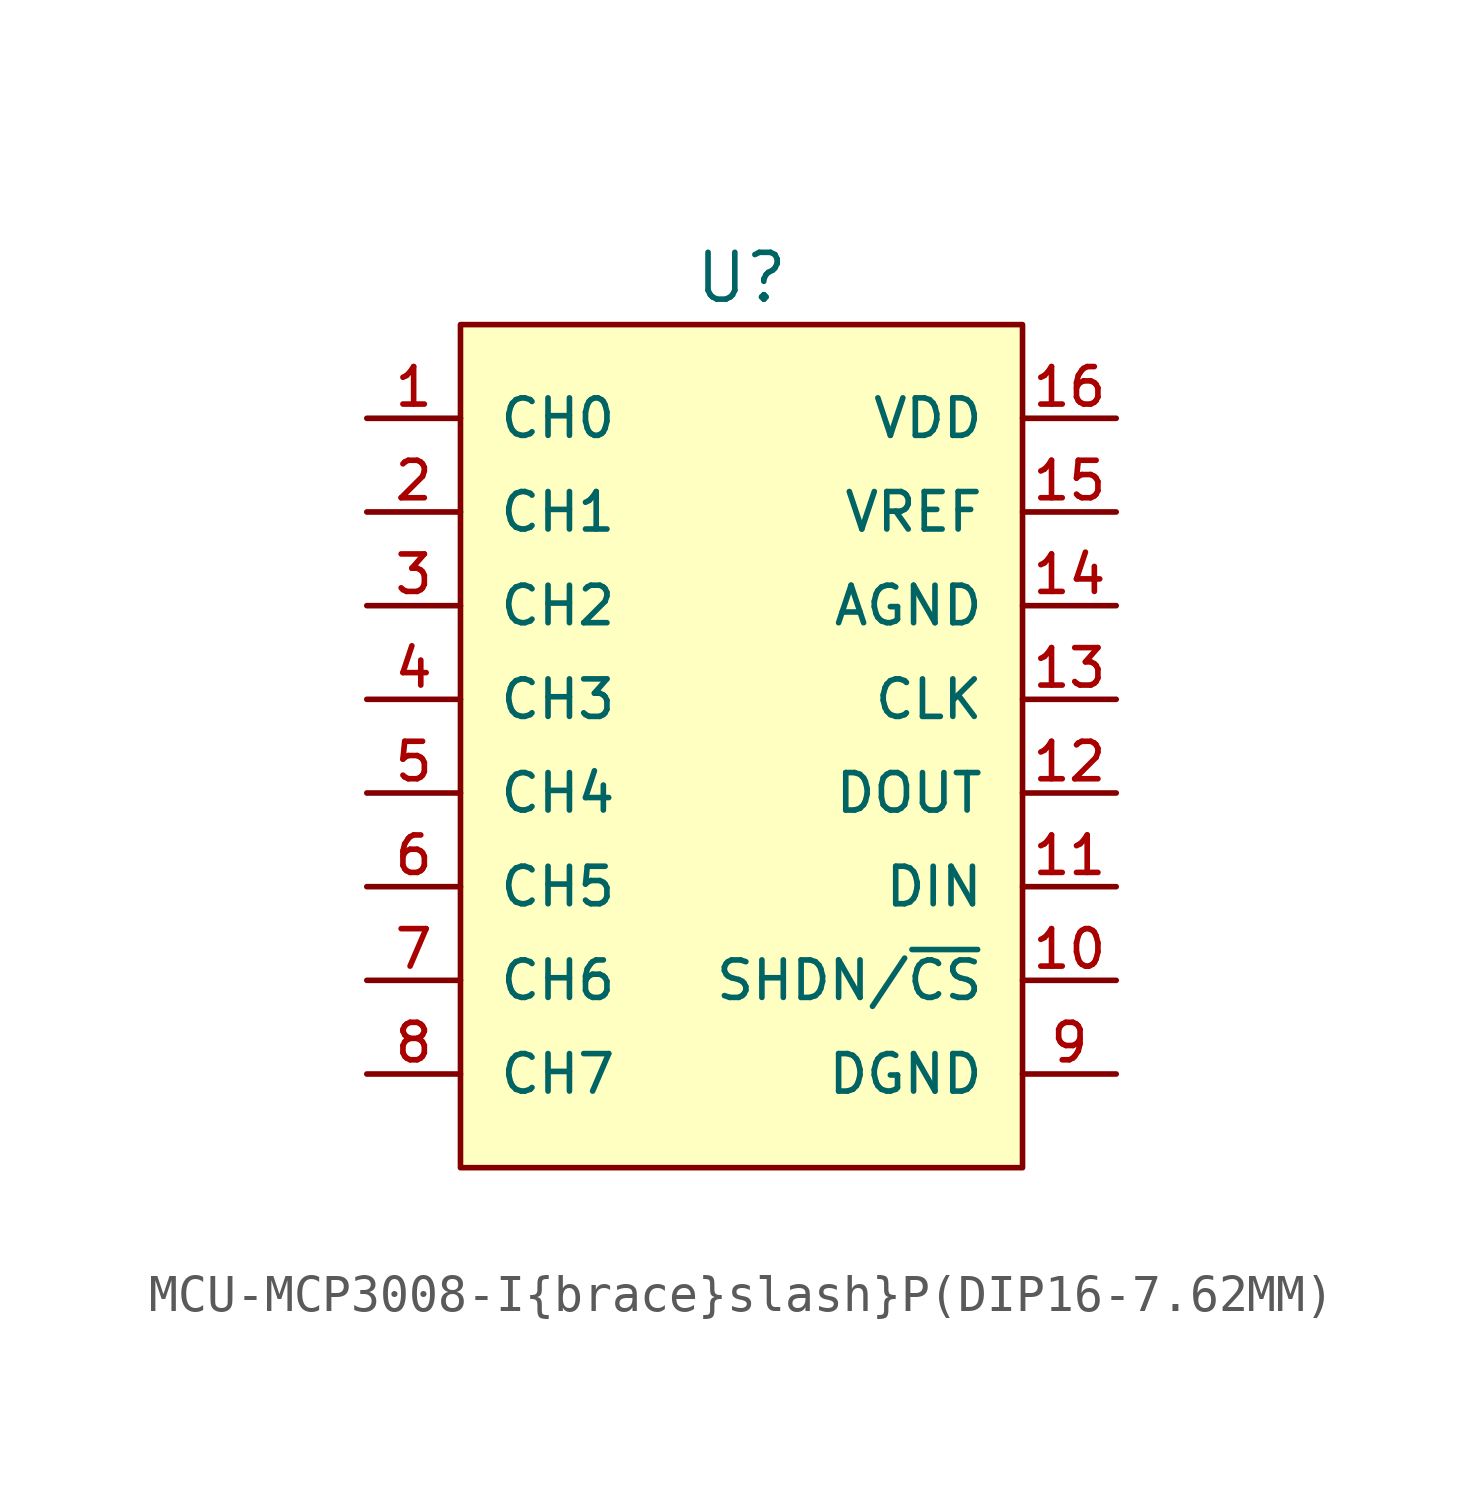
<source format=kicad_sym>
(kicad_symbol_lib
  (version 20211014)
  (generator kicad_symbol_editor)
  (symbol "MCU-MCP3008-I{brace}slash}P(DIP16-7.62MM)"
    (pin_names
      (offset 1.016))
    (property "Reference" "U"
      (at 0 12.7 0)
      (effects (font (size 1.27 1.27))))
    (symbol "MCU-MCP3008-I{brace}slash}P(DIP16-7.62MM)_0_0"
      (rectangle (start -7.62 11.43) (end 7.62 -11.43) (stroke (width 0.152) (type default) (color 0 0 0 0)) (fill (type background)))
      (pin output line (at -10.16 8.89 0) (length 2.54) (name "CH0" (effects (font (size 1.016 1.016)))) (number "1" (effects (font (size 1.016 1.016)))))
      (pin output line (at 10.16 -6.35 180) (length 2.54) (name "SHDN/~{CS}" (effects (font (size 1.016 1.016)))) (number "10" (effects (font (size 1.016 1.016)))))
      (pin input line (at 10.16 -3.81 180) (length 2.54) (name "DIN" (effects (font (size 1.016 1.016)))) (number "11" (effects (font (size 1.016 1.016)))))
      (pin input line (at 10.16 -1.27 180) (length 2.54) (name "DOUT" (effects (font (size 1.016 1.016)))) (number "12" (effects (font (size 1.016 1.016)))))
      (pin output line (at 10.16 1.27 180) (length 2.54) (name "CLK" (effects (font (size 1.016 1.016)))) (number "13" (effects (font (size 1.016 1.016)))))
      (pin input line (at 10.16 3.81 180) (length 2.54) (name "AGND" (effects (font (size 1.016 1.016)))) (number "14" (effects (font (size 1.016 1.016)))))
      (pin input line (at 10.16 6.35 180) (length 2.54) (name "VREF" (effects (font (size 1.016 1.016)))) (number "15" (effects (font (size 1.016 1.016)))))
      (pin output line (at 10.16 8.89 180) (length 2.54) (name "VDD" (effects (font (size 1.016 1.016)))) (number "16" (effects (font (size 1.016 1.016)))))
      (pin input line (at -10.16 6.35 0) (length 2.54) (name "CH1" (effects (font (size 1.016 1.016)))) (number "2" (effects (font (size 1.016 1.016)))))
      (pin output line (at -10.16 3.81 0) (length 2.54) (name "CH2" (effects (font (size 1.016 1.016)))) (number "3" (effects (font (size 1.016 1.016)))))
      (pin input line (at -10.16 1.27 0) (length 2.54) (name "CH3" (effects (font (size 1.016 1.016)))) (number "4" (effects (font (size 1.016 1.016)))))
      (pin input line (at -10.16 -1.27 0) (length 2.54) (name "CH4" (effects (font (size 1.016 1.016)))) (number "5" (effects (font (size 1.016 1.016)))))
      (pin input line (at -10.16 -3.81 0) (length 2.54) (name "CH5" (effects (font (size 1.016 1.016)))) (number "6" (effects (font (size 1.016 1.016)))))
      (pin output line (at -10.16 -6.35 0) (length 2.54) (name "CH6" (effects (font (size 1.016 1.016)))) (number "7" (effects (font (size 1.016 1.016)))))
      (pin input line (at -10.16 -8.89 0) (length 2.54) (name "CH7" (effects (font (size 1.016 1.016)))) (number "8" (effects (font (size 1.016 1.016)))))
      (pin output line (at 10.16 -8.89 180) (length 2.54) (name "DGND" (effects (font (size 1.016 1.016)))) (number "9" (effects (font (size 1.016 1.016))))))))
</source>
